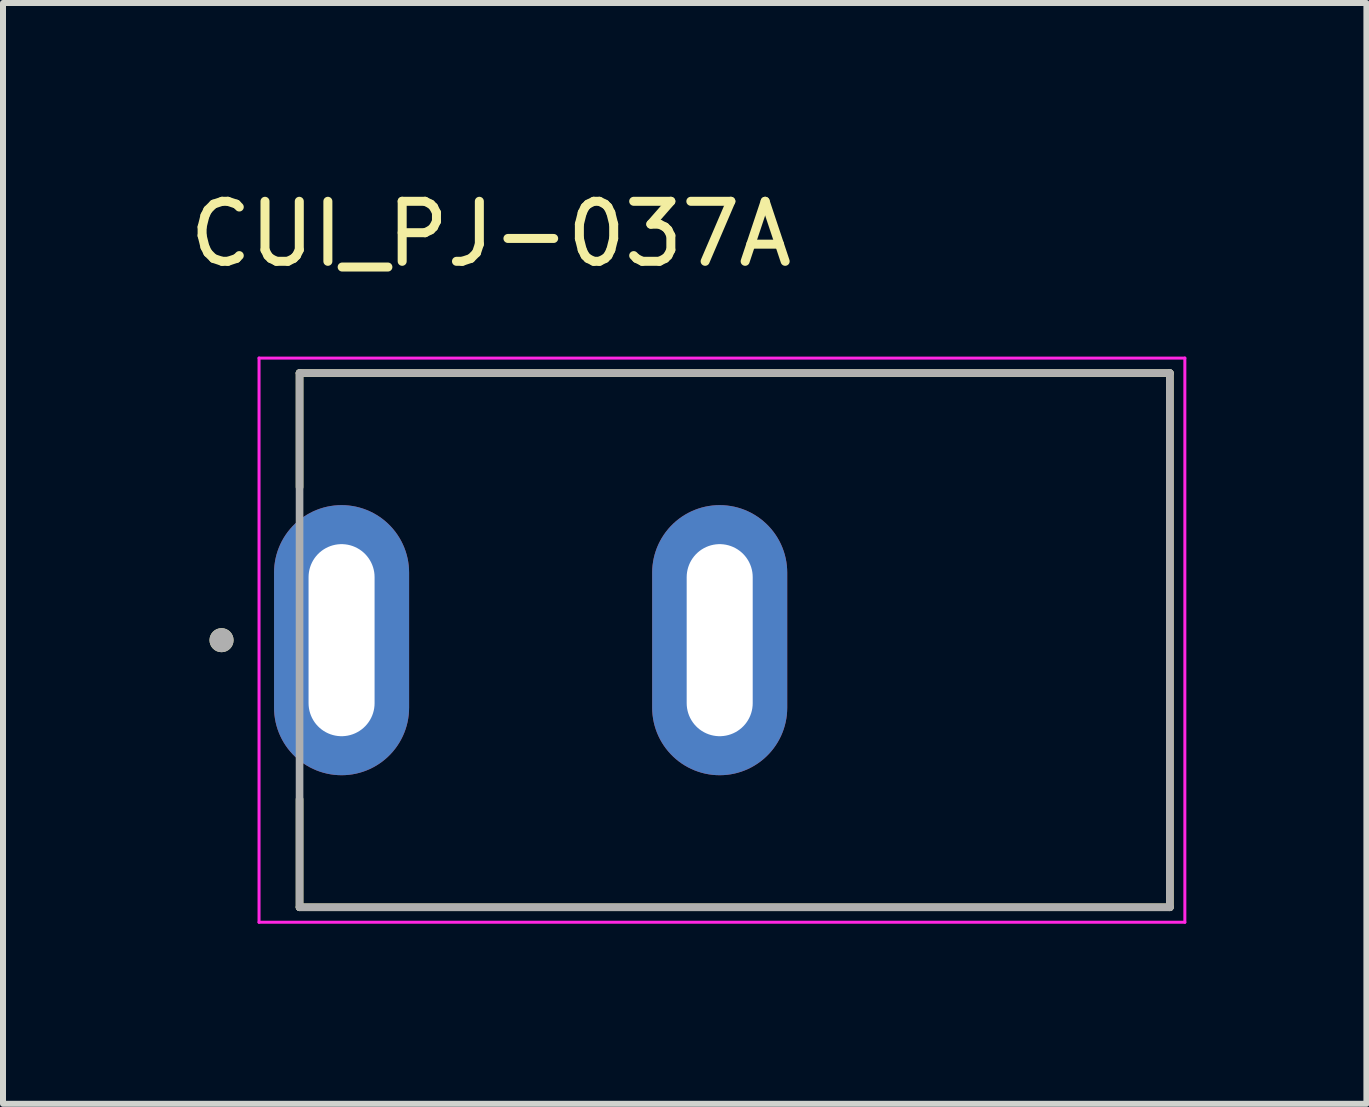
<source format=kicad_pcb>
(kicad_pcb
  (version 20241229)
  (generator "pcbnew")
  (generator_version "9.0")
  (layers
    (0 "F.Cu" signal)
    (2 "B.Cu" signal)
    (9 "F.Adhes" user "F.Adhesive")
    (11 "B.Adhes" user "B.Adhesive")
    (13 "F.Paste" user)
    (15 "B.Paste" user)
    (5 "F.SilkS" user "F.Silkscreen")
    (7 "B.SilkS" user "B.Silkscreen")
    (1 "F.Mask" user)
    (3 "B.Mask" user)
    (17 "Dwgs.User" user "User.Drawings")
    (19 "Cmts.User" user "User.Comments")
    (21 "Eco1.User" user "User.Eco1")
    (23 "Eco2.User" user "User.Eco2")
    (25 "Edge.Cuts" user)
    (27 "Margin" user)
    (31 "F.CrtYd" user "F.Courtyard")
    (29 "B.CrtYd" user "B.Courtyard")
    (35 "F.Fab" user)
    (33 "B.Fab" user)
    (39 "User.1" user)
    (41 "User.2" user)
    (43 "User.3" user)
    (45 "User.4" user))
  (footprint "CUI_PJ-037A"
    (layer "F.Cu")
    (at 2.641 7.616)
    (property "Reference" "CUI_PJ-037A" (at 2.486 -6.767 0) (layer "F.SilkS") (effects (font (size 1 1) (thickness 0.15))))
    (attr through_hole)
    (fp_line (start -0.7 -4.45) (end 13.8 -4.45) (stroke (width 0.127) (type solid)) (layer "F.SilkS"))
    (fp_line (start -0.7 -2.55) (end -0.7 -4.45) (stroke (width 0.127) (type solid)) (layer "F.SilkS"))
    (fp_line (start -0.7 4.45) (end -0.7 2.65) (stroke (width 0.127) (type solid)) (layer "F.SilkS"))
    (fp_line (start 13.8 -4.45) (end 13.8 4.45) (stroke (width 0.127) (type solid)) (layer "F.SilkS"))
    (fp_line (start 13.8 4.45) (end -0.7 4.45) (stroke (width 0.127) (type solid)) (layer "F.SilkS"))
    (fp_circle (center -2 0) (end -1.9 0) (stroke (width 0.2) (type solid)) (fill no) (layer "F.SilkS"))
    (fp_line (start -1.375 -4.7) (end -1.375 4.7) (stroke (width 0.05) (type solid)) (layer "F.CrtYd"))
    (fp_line (start -1.375 -4.7) (end 14.05 -4.7) (stroke (width 0.05) (type solid)) (layer "F.CrtYd"))
    (fp_line (start 14.05 -4.7) (end 14.05 4.7) (stroke (width 0.05) (type solid)) (layer "F.CrtYd"))
    (fp_line (start 14.05 4.7) (end -1.375 4.7) (stroke (width 0.05) (type solid)) (layer "F.CrtYd"))
    (fp_line (start -0.7 -4.45) (end 13.8 -4.45) (stroke (width 0.127) (type solid)) (layer "F.Fab"))
    (fp_line (start -0.7 4.45) (end -0.7 -4.45) (stroke (width 0.127) (type solid)) (layer "F.Fab"))
    (fp_line (start 13.8 -4.45) (end 13.8 4.45) (stroke (width 0.127) (type solid)) (layer "F.Fab"))
    (fp_line (start 13.8 4.45) (end -0.7 4.45) (stroke (width 0.127) (type solid)) (layer "F.Fab"))
    (fp_circle (center -2 0) (end -1.9 0) (stroke (width 0.2) (type solid)) (fill no) (layer "F.Fab"))
    (pad "1" thru_hole oval (at 0 0) (size 2.25 4.5) (drill oval 1.1 3.2) (layers "*.Cu" "*.Mask"))
    (pad "2" thru_hole oval (at 6.3 0) (size 2.25 4.5) (drill oval 1.1 3.2) (layers "*.Cu" "*.Mask")))
  (gr_rect
    (start -3 -3)
    (end 19.716 15.341)
    (stroke (width 0.1) (type default))
    (fill no)
    (layer "Edge.Cuts")))
</source>
